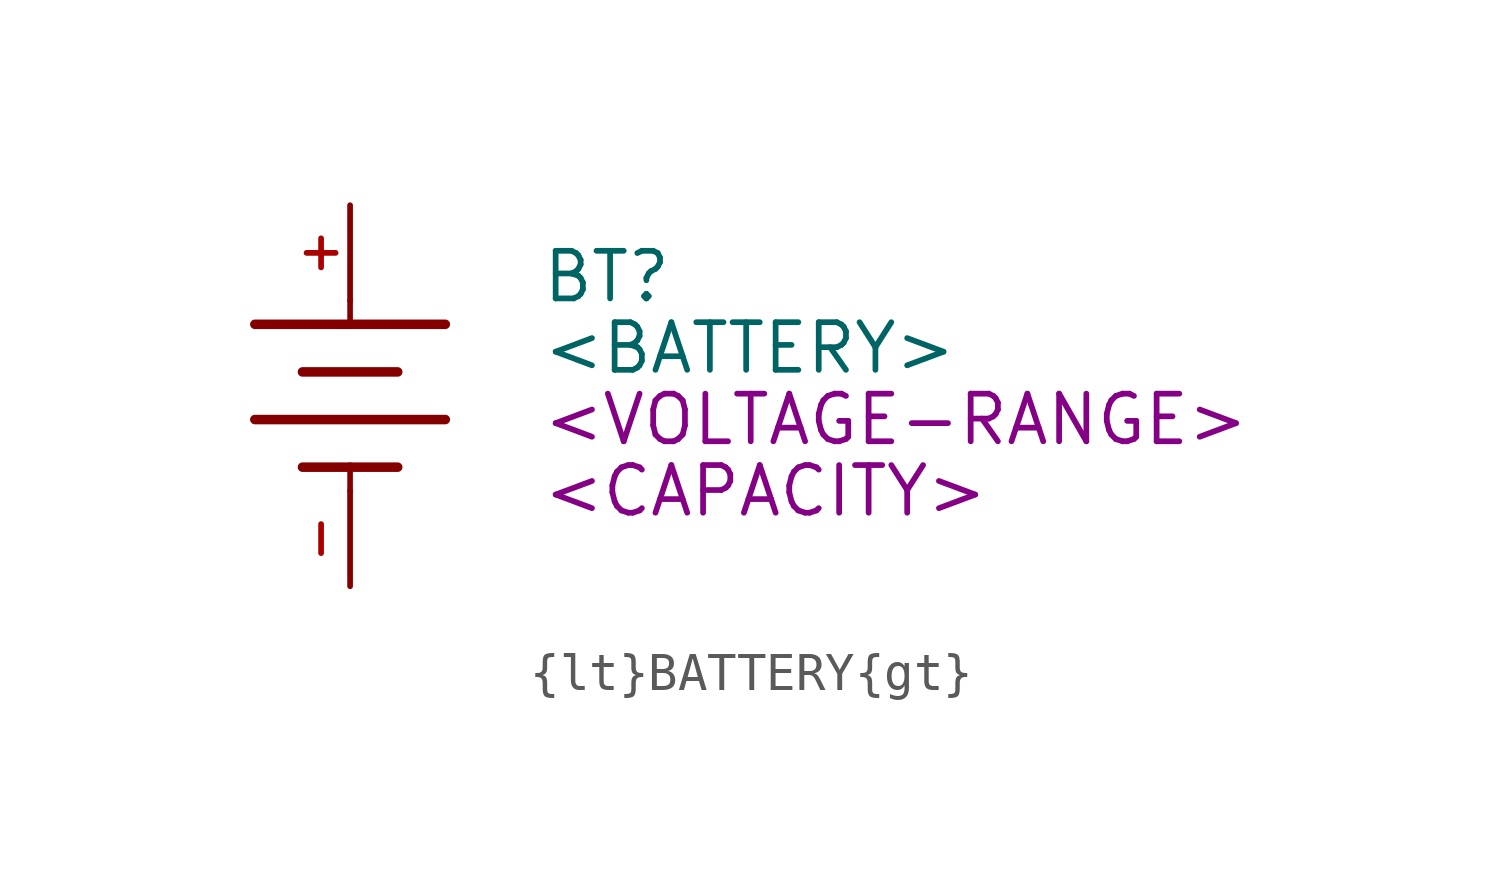
<source format=kicad_sym>
(kicad_symbol_lib
  (version 20231120)
  (generator "kicad_symbol_editor")
  (generator_version "8.0")
  (symbol "{lt}BATTERY{gt}"
    (pin_names
      (offset 1.016))
    (property "Reference" "BT"
      (at 5.08 3.175 0)
      (effects (font (size 1.27 1.27)) (justify left)))
    (property "Value" "<BATTERY>"
      (at 5.08 1.27 0)
      (effects (font (size 1.27 1.27)) (justify left)))
    (property "CAPACITY" "<CAPACITY>"
      (at 5.08 -2.54 0)
      (effects (font (size 1.27 1.27)) (justify left)))
    (property "VOLTAGE" "<VOLTAGE-RANGE>"
      (at 5.08 -0.635 0)
      (effects (font (size 1.27 1.27)) (justify left)))
    (symbol "{lt}BATTERY{gt}_0_0"
      (polyline (pts (xy -2.54 -0.635) (xy 2.54 -0.635)) (stroke (width 0.254) (type default)) (fill (type none)))
      (polyline (pts (xy -2.54 1.905) (xy 0 1.905)) (stroke (width 0.254) (type default)) (fill (type none)))
      (polyline (pts (xy -1.27 -1.905) (xy 0 -1.905)) (stroke (width 0.254) (type default)) (fill (type none)))
      (polyline (pts (xy -1.27 0.635) (xy 1.27 0.635)) (stroke (width 0.254) (type default)) (fill (type none)))
      (polyline (pts (xy 0 -2.54) (xy 0 -1.905)) (stroke (width 0.15) (type default)) (fill (type none)))
      (polyline (pts (xy 0 -1.905) (xy 1.27 -1.905)) (stroke (width 0.254) (type default)) (fill (type none)))
      (polyline (pts (xy 0 1.905) (xy 2.54 1.905)) (stroke (width 0.254) (type default)) (fill (type none)))
      (polyline (pts (xy 0 2.54) (xy 0 1.905)) (stroke (width 0.15) (type default)) (fill (type none)))
      (pin power_in line (at 0 5.08 270) (length 2.54) (name "~" (effects (font (size 1.016 1.016)))) (number "+" (effects (font (size 1.016 1.016)))))
      (pin power_in line (at 0 -5.08 90) (length 2.54) (name "~" (effects (font (size 1.016 1.016)))) (number "-" (effects (font (size 1.016 1.016))))))))
</source>
